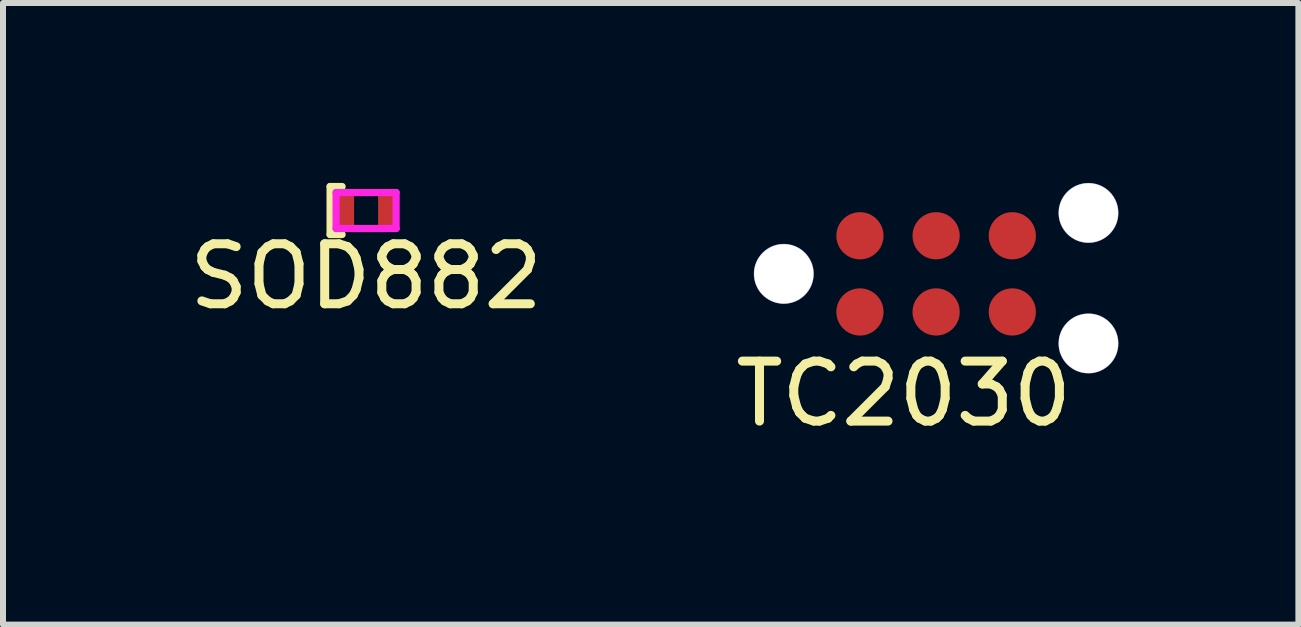
<source format=kicad_pcb>
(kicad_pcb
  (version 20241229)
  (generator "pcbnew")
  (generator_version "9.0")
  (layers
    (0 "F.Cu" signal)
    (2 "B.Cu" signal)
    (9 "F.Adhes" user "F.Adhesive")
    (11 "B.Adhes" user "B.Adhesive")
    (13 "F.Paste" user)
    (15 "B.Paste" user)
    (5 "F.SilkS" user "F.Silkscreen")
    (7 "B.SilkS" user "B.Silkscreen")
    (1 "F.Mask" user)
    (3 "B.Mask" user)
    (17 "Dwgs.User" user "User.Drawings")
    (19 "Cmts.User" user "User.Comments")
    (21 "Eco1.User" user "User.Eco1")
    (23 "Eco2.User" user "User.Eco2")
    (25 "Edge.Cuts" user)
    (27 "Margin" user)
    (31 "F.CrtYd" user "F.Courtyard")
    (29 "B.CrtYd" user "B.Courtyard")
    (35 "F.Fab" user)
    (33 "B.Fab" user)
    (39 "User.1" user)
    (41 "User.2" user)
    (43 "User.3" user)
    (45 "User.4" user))
  (footprint "SOD882"
    (layer "F.Cu")
    (at 3.054 0.46)
    (property "Reference" "SOD882" (at 0 1.1 0) (layer "F.SilkS") (effects (font (size 1 1) (thickness 0.15))))
    (attr through_hole)
    (fp_line (start -0.6 -0.4) (end -0.6 0.4) (stroke (width 0.12) (type solid)) (layer "F.SilkS"))
    (fp_line (start -0.6 -0.4) (end -0.4 -0.4) (stroke (width 0.12) (type solid)) (layer "F.SilkS"))
    (fp_line (start -0.6 0.4) (end -0.4 0.4) (stroke (width 0.12) (type solid)) (layer "F.SilkS"))
    (fp_line (start -0.5 -0.3) (end 0.5 -0.3) (stroke (width 0.12) (type solid)) (layer "F.CrtYd"))
    (fp_line (start -0.5 0.3) (end -0.5 -0.3) (stroke (width 0.12) (type solid)) (layer "F.CrtYd"))
    (fp_line (start 0.5 -0.3) (end 0.5 0.3) (stroke (width 0.12) (type solid)) (layer "F.CrtYd"))
    (fp_line (start 0.5 0.3) (end -0.5 0.3) (stroke (width 0.12) (type solid)) (layer "F.CrtYd"))
    (pad "1" smd rect (at -0.325 0) (size 0.25 0.5) (layers "F.Cu" "F.Mask" "F.Paste"))
    (pad "2" smd rect (at 0.325 0) (size 0.25 0.5) (layers "F.Cu" "F.Mask" "F.Paste")))
  (footprint "TC2030"
    (layer "F.Cu")
    (at 10.018 1.516)
    (property "Reference" "TC2030" (at 2 2 0) (layer "F.SilkS") (effects (font (size 1 1) (thickness 0.15))))
    (attr through_hole)
    (pad "" np_thru_hole circle (at 0 0) (size 1 1) (drill 0.991) (layers "*.Cu" "*.Mask"))
    (pad "" np_thru_hole circle (at 5.08 -1.016) (size 1 1) (drill 0.991) (layers "*.Cu" "*.Mask"))
    (pad "" np_thru_hole circle (at 5.08 1.16) (size 1 1) (drill 0.991) (layers "*.Cu" "*.Mask"))
    (pad "1" smd circle (at 1.27 0.635) (size 0.787 0.787) (layers "F.Cu" "F.Mask" "F.Paste"))
    (pad "2" smd circle (at 1.27 -0.635) (size 0.787 0.787) (layers "F.Cu" "F.Mask" "F.Paste"))
    (pad "3" smd circle (at 2.54 0.635) (size 0.787 0.787) (layers "F.Cu" "F.Mask" "F.Paste"))
    (pad "4" smd circle (at 2.54 -0.635) (size 0.787 0.787) (layers "F.Cu" "F.Mask" "F.Paste"))
    (pad "5" smd circle (at 3.81 0.635) (size 0.787 0.787) (layers "F.Cu" "F.Mask" "F.Paste"))
    (pad "6" smd circle (at 3.81 -0.635) (size 0.787 0.787) (layers "F.Cu" "F.Mask" "F.Paste")))
  (gr_rect
    (start -3 -3)
    (end 18.598 7.364)
    (stroke (width 0.1) (type default))
    (fill no)
    (layer "Edge.Cuts")))
</source>
